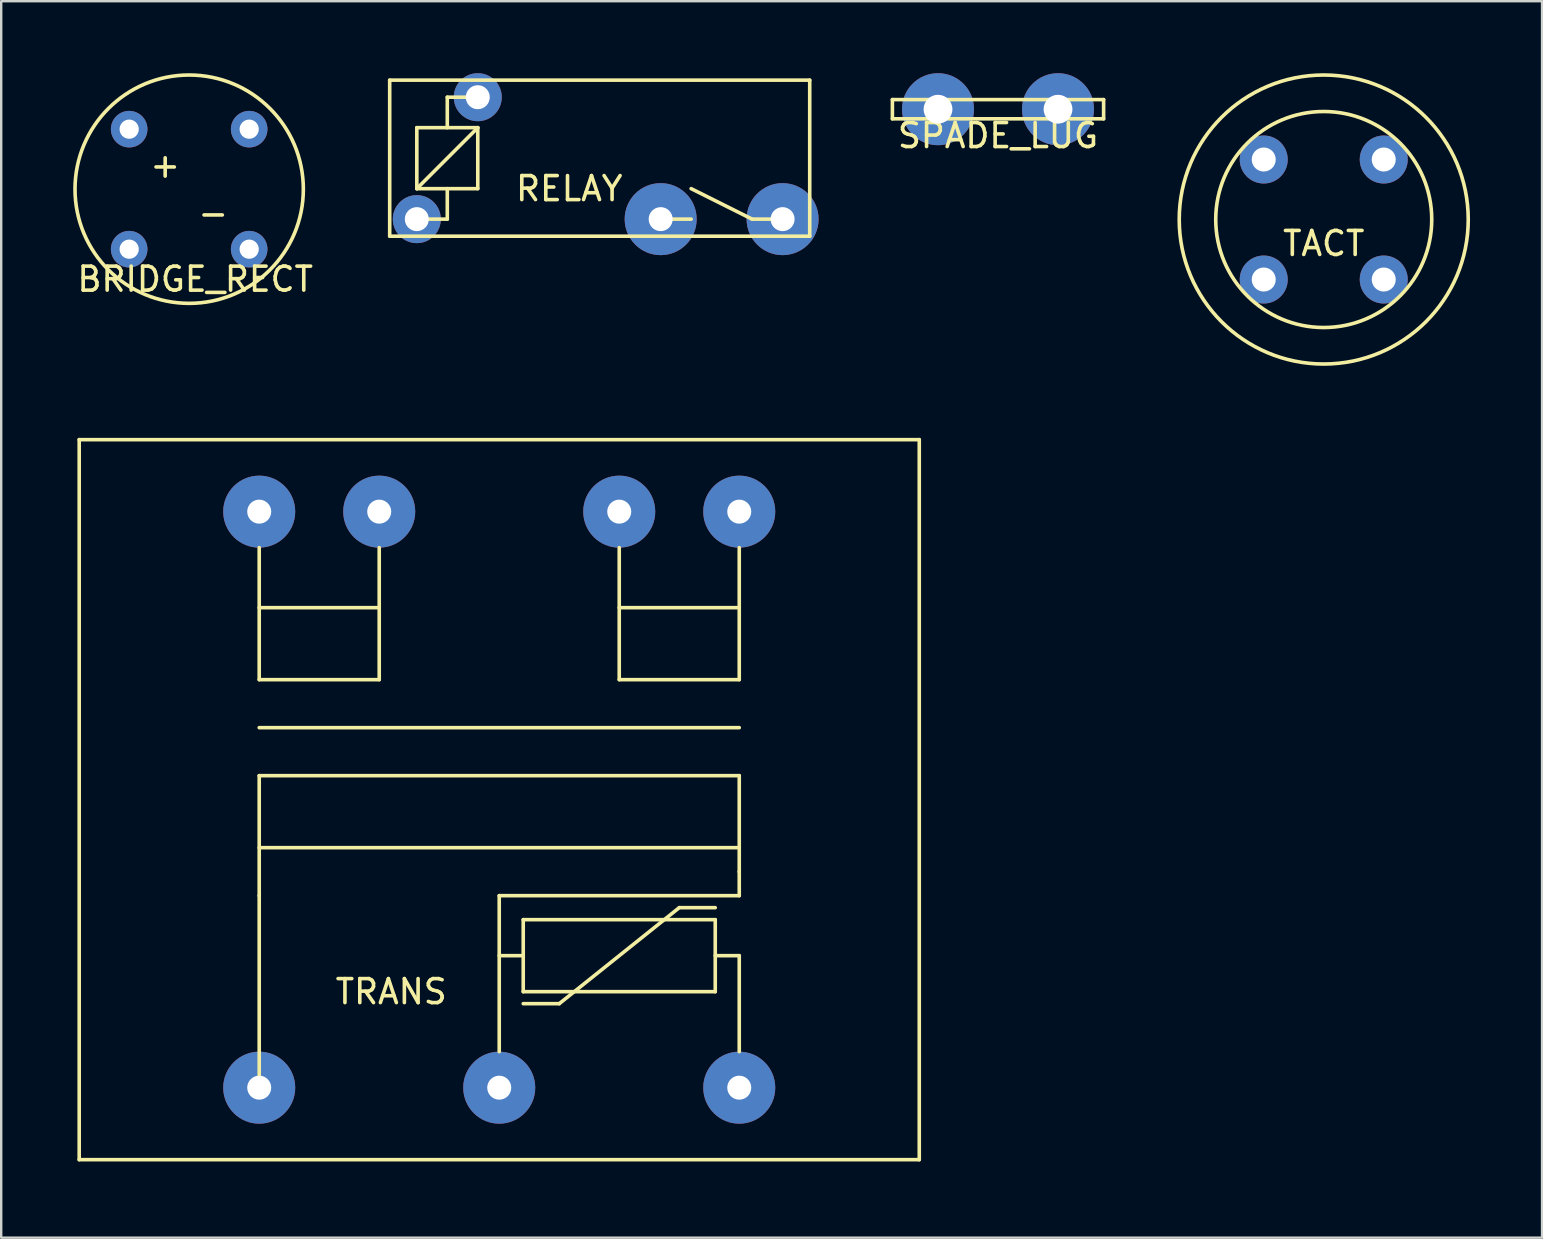
<source format=kicad_pcb>
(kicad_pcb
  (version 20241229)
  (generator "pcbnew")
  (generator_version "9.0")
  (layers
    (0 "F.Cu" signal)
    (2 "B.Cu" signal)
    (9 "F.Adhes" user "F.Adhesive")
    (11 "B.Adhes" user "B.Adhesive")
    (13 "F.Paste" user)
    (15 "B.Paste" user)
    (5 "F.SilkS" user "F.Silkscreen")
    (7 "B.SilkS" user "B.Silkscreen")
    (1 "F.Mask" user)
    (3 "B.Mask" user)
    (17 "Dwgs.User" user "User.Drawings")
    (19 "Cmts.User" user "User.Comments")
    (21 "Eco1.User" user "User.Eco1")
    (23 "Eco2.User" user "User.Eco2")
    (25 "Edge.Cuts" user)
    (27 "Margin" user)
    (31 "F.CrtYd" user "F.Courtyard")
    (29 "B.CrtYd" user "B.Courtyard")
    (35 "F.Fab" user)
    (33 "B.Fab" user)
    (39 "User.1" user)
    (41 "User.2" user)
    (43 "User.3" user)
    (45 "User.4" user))
  (footprint "TACT"
    (layer "F.Cu")
    (at 52.102 6.096)
    (property "Reference" "TACT" (at 0 1 0) (layer "F.SilkS") (effects (font (size 1 1) (thickness 0.15))))
    (attr through_hole)
    (fp_circle (center 0 0) (end 4.5 0) (stroke (width 0.15) (type solid)) (fill no) (layer "F.SilkS"))
    (fp_circle (center 0 0) (end 6 -0.5) (stroke (width 0.15) (type solid)) (fill no) (layer "F.SilkS"))
    (pad "1" thru_hole circle (at -2.5 -2.5) (size 2 2) (drill 1) (layers "*.Cu" "*.Mask"))
    (pad "2" thru_hole circle (at 2.5 -2.5) (size 2 2) (drill 1) (layers "*.Cu" "*.Mask"))
    (pad "3" thru_hole circle (at -2.5 2.5) (size 2 2) (drill 1) (layers "*.Cu" "*.Mask"))
    (pad "4" thru_hole circle (at 2.5 2.5) (size 2 2) (drill 1) (layers "*.Cu" "*.Mask")))
  (footprint "RELAY"
    (layer "F.Cu")
    (at 20.666 3.54)
    (property "Reference" "RELAY" (at 0 1.27 0) (layer "F.SilkS") (effects (font (size 1 1) (thickness 0.15))))
    (attr through_hole)
    (fp_line (start -7.48 -3.25) (end 10.02 -3.25) (stroke (width 0.15) (type solid)) (layer "F.SilkS"))
    (fp_line (start -7.48 3.25) (end -7.48 -3.25) (stroke (width 0.15) (type solid)) (layer "F.SilkS"))
    (fp_line (start -7.48 3.25) (end 10.02 3.25) (stroke (width 0.15) (type solid)) (layer "F.SilkS"))
    (fp_line (start -6.35 -1.27) (end -6.35 1.27) (stroke (width 0.15) (type solid)) (layer "F.SilkS"))
    (fp_line (start -6.35 1.27) (end -3.81 -1.27) (stroke (width 0.15) (type solid)) (layer "F.SilkS"))
    (fp_line (start -6.35 1.27) (end -3.81 1.27) (stroke (width 0.15) (type solid)) (layer "F.SilkS"))
    (fp_line (start -6.35 2.54) (end -5.08 2.54) (stroke (width 0.15) (type solid)) (layer "F.SilkS"))
    (fp_line (start -5.08 -2.54) (end -5.08 -1.27) (stroke (width 0.15) (type solid)) (layer "F.SilkS"))
    (fp_line (start -5.08 2.54) (end -5.08 1.27) (stroke (width 0.15) (type solid)) (layer "F.SilkS"))
    (fp_line (start -3.81 -2.54) (end -5.08 -2.54) (stroke (width 0.15) (type solid)) (layer "F.SilkS"))
    (fp_line (start -3.81 -1.27) (end -6.35 -1.27) (stroke (width 0.15) (type solid)) (layer "F.SilkS"))
    (fp_line (start -3.81 1.27) (end -3.81 -1.27) (stroke (width 0.15) (type solid)) (layer "F.SilkS"))
    (fp_line (start 3.81 2.54) (end 5.08 2.54) (stroke (width 0.15) (type solid)) (layer "F.SilkS"))
    (fp_line (start 7.62 2.54) (end 5.08 1.27) (stroke (width 0.15) (type solid)) (layer "F.SilkS"))
    (fp_line (start 8.89 2.54) (end 7.62 2.54) (stroke (width 0.15) (type solid)) (layer "F.SilkS"))
    (fp_line (start 10.02 -3.25) (end 10.02 3.25) (stroke (width 0.15) (type solid)) (layer "F.SilkS"))
    (pad "11" thru_hole circle (at 3.81 2.54) (size 3 3) (drill 1) (layers "*.Cu" "*.Mask"))
    (pad "14" thru_hole circle (at 8.89 2.54) (size 3 3) (drill 1) (layers "*.Cu" "*.Mask"))
    (pad "A1" thru_hole circle (at -3.81 -2.54) (size 2 2) (drill 1) (layers "*.Cu" "*.Mask"))
    (pad "A2" thru_hole circle (at -6.35 2.54) (size 2 2) (drill 1) (layers "*.Cu" "*.Mask")))
  (footprint "BRIDGE_RECT"
    (layer "F.Cu")
    (at 4.832 4.832)
    (property "Reference" "BRIDGE_RECT" (at 0.25 3.75 0) (layer "F.SilkS") (effects (font (size 1 1) (thickness 0.15))))
    (attr through_hole)
    (fp_circle (center 0 0) (end 4.75 -0.25) (stroke (width 0.15) (type solid)) (fill no) (layer "F.SilkS"))
    (fp_text user "+" (at -1 -1 0) (layer "F.SilkS") (effects (font (size 1 1) (thickness 0.15))))
    (fp_text user "-" (at 1 1 0) (layer "F.SilkS") (effects (font (size 1 1) (thickness 0.15))))
    (pad "1" thru_hole circle (at -2.5 -2.5) (size 1.524 1.524) (drill 0.8) (layers "*.Cu" "*.Mask"))
    (pad "2" thru_hole circle (at 2.5 2.5) (size 1.524 1.524) (drill 0.8) (layers "*.Cu" "*.Mask"))
    (pad "3" thru_hole circle (at -2.5 2.5) (size 1.524 1.524) (drill 0.8) (layers "*.Cu" "*.Mask"))
    (pad "4" thru_hole circle (at 2.5 -2.5) (size 1.524 1.524) (drill 0.8) (layers "*.Cu" "*.Mask")))
  (footprint "TRANS"
    (layer "F.Cu")
    (at 0.25 45.267)
    (property "Reference" "TRANS" (at 13 -7 0) (layer "F.SilkS") (effects (font (size 1 1) (thickness 0.15))))
    (attr through_hole)
    (fp_line (start 0 0) (end 0 -30) (stroke (width 0.15) (type solid)) (layer "F.SilkS"))
    (fp_line (start 7.5 -25.5) (end 7.5 -20) (stroke (width 0.15) (type solid)) (layer "F.SilkS"))
    (fp_line (start 7.5 -20) (end 12.5 -20) (stroke (width 0.15) (type solid)) (layer "F.SilkS"))
    (fp_line (start 7.5 -18) (end 27.5 -18) (stroke (width 0.15) (type solid)) (layer "F.SilkS"))
    (fp_line (start 7.5 -16) (end 27.5 -16) (stroke (width 0.15) (type solid)) (layer "F.SilkS"))
    (fp_line (start 7.5 -11) (end 7.5 -16) (stroke (width 0.15) (type solid)) (layer "F.SilkS"))
    (fp_line (start 7.5 -3.5) (end 7.5 -11) (stroke (width 0.15) (type solid)) (layer "F.SilkS"))
    (fp_line (start 12.5 -23) (end 7.5 -23) (stroke (width 0.15) (type solid)) (layer "F.SilkS"))
    (fp_line (start 12.5 -20) (end 12.5 -25.5) (stroke (width 0.15) (type solid)) (layer "F.SilkS"))
    (fp_line (start 17.5 -11) (end 17.5 -4.5) (stroke (width 0.15) (type solid)) (layer "F.SilkS"))
    (fp_line (start 18.5 -10) (end 26.5 -10) (stroke (width 0.15) (type solid)) (layer "F.SilkS"))
    (fp_line (start 18.5 -8.5) (end 17.5 -8.5) (stroke (width 0.15) (type solid)) (layer "F.SilkS"))
    (fp_line (start 18.5 -7) (end 18.5 -10) (stroke (width 0.15) (type solid)) (layer "F.SilkS"))
    (fp_line (start 20 -6.5) (end 18.5 -6.5) (stroke (width 0.15) (type solid)) (layer "F.SilkS"))
    (fp_line (start 22.5 -25.5) (end 22.5 -20) (stroke (width 0.15) (type solid)) (layer "F.SilkS"))
    (fp_line (start 22.5 -23) (end 27.5 -23) (stroke (width 0.15) (type solid)) (layer "F.SilkS"))
    (fp_line (start 22.5 -20) (end 27.5 -20) (stroke (width 0.15) (type solid)) (layer "F.SilkS"))
    (fp_line (start 25 -10.5) (end 20 -6.5) (stroke (width 0.15) (type solid)) (layer "F.SilkS"))
    (fp_line (start 26.5 -10.5) (end 25 -10.5) (stroke (width 0.15) (type solid)) (layer "F.SilkS"))
    (fp_line (start 26.5 -10) (end 26.5 -7) (stroke (width 0.15) (type solid)) (layer "F.SilkS"))
    (fp_line (start 26.5 -7) (end 18.5 -7) (stroke (width 0.15) (type solid)) (layer "F.SilkS"))
    (fp_line (start 27.5 -20) (end 27.5 -25.5) (stroke (width 0.15) (type solid)) (layer "F.SilkS"))
    (fp_line (start 27.5 -16) (end 27.5 -12) (stroke (width 0.15) (type solid)) (layer "F.SilkS"))
    (fp_line (start 27.5 -13) (end 7.5 -13) (stroke (width 0.15) (type solid)) (layer "F.SilkS"))
    (fp_line (start 27.5 -11) (end 17.5 -11) (stroke (width 0.15) (type solid)) (layer "F.SilkS"))
    (fp_line (start 27.5 -11) (end 27.5 -12) (stroke (width 0.15) (type solid)) (layer "F.SilkS"))
    (fp_line (start 27.5 -8.5) (end 26.5 -8.5) (stroke (width 0.15) (type solid)) (layer "F.SilkS"))
    (fp_line (start 27.5 -8.5) (end 27.5 -4.5) (stroke (width 0.15) (type solid)) (layer "F.SilkS"))
    (fp_line (start 35 -30) (end 0 -30) (stroke (width 0.15) (type solid)) (layer "F.SilkS"))
    (fp_line (start 35 0) (end 0 0) (stroke (width 0.15) (type solid)) (layer "F.SilkS"))
    (fp_line (start 35 0) (end 35 -30) (stroke (width 0.15) (type solid)) (layer "F.SilkS"))
    (pad "1" thru_hole circle (at 27.5 -3) (size 3 3) (drill 1) (layers "*.Cu" "*.Mask"))
    (pad "3" thru_hole circle (at 17.5 -3) (size 3 3) (drill 1) (layers "*.Cu" "*.Mask"))
    (pad "5" thru_hole circle (at 7.5 -3) (size 3 3) (drill 1) (layers "*.Cu" "*.Mask"))
    (pad "6" thru_hole circle (at 7.5 -27) (size 3 3) (drill 1) (layers "*.Cu" "*.Mask"))
    (pad "7" thru_hole circle (at 12.5 -27) (size 3 3) (drill 1) (layers "*.Cu" "*.Mask"))
    (pad "9" thru_hole circle (at 22.5 -27) (size 3 3) (drill 1) (layers "*.Cu" "*.Mask"))
    (pad "10" thru_hole circle (at 27.5 -27) (size 3 3) (drill 1) (layers "*.Cu" "*.Mask")))
  (footprint "SPADE_LUG"
    (layer "F.Cu")
    (at 38.531 1.5)
    (property "Reference" "SPADE_LUG" (at 0 1.1 0) (layer "F.SilkS") (effects (font (size 1 1) (thickness 0.15))))
    (attr through_hole)
    (fp_line (start -4.4 -0.4) (end -4.4 0.4) (stroke (width 0.15) (type solid)) (layer "F.SilkS"))
    (fp_line (start -4.4 0.4) (end 4.4 0.4) (stroke (width 0.15) (type solid)) (layer "F.SilkS"))
    (fp_line (start 4.4 -0.4) (end -4.4 -0.4) (stroke (width 0.15) (type solid)) (layer "F.SilkS"))
    (fp_line (start 4.4 0.4) (end 4.4 -0.4) (stroke (width 0.15) (type solid)) (layer "F.SilkS"))
    (pad "1" thru_hole circle (at -2.5 0) (size 3 3) (drill 1.2) (layers "*.Cu" "*.Mask"))
    (pad "2" thru_hole circle (at 2.5 0) (size 3 3) (drill 1.2) (layers "*.Cu" "*.Mask")))
  (gr_rect
    (start -3 -3)
    (end 61.198 48.517)
    (stroke (width 0.1) (type default))
    (fill no)
    (layer "Edge.Cuts")))
</source>
